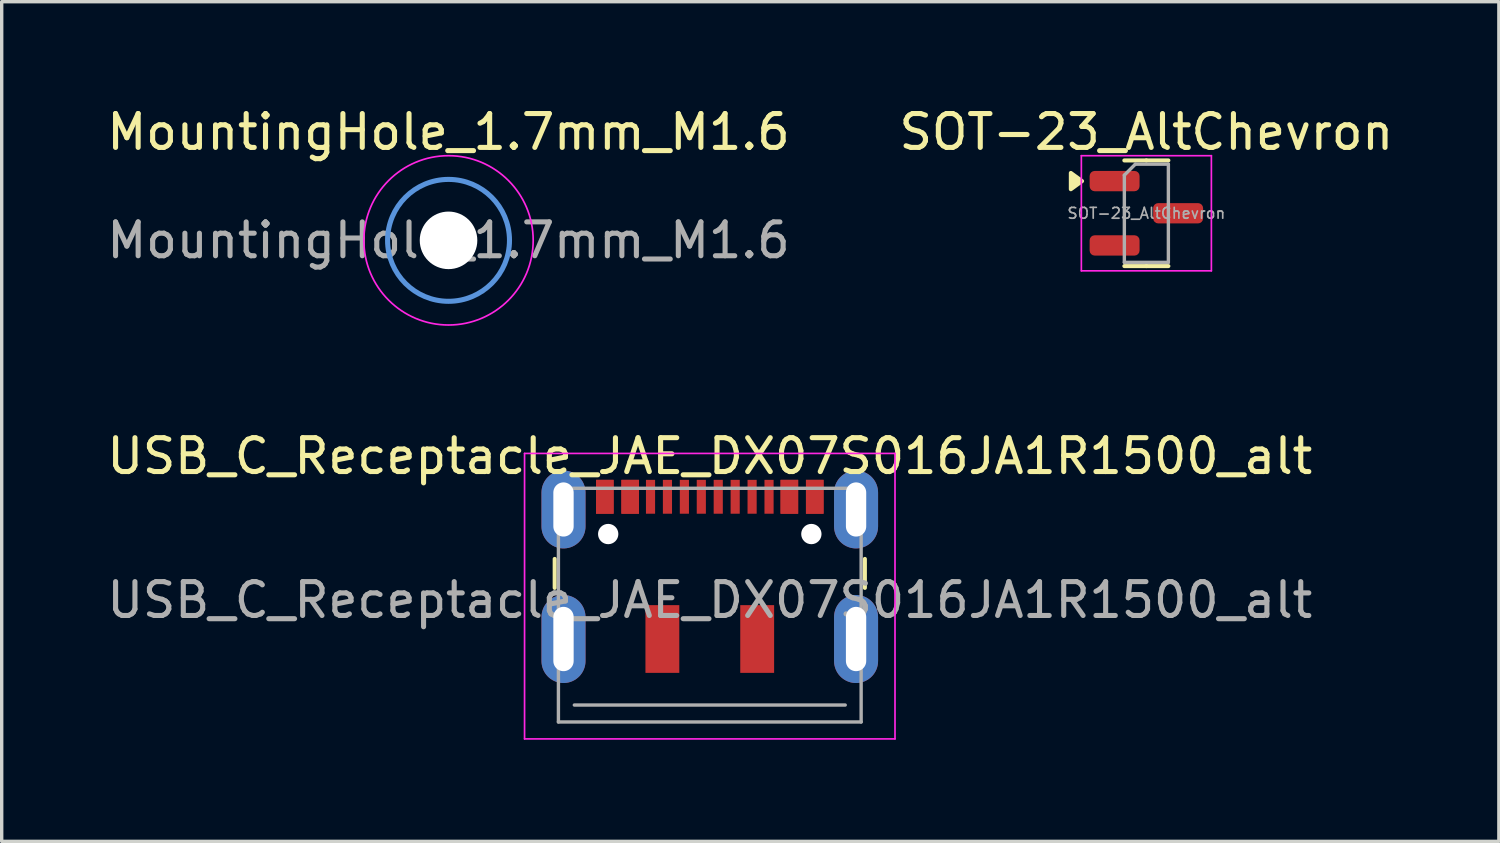
<source format=kicad_pcb>
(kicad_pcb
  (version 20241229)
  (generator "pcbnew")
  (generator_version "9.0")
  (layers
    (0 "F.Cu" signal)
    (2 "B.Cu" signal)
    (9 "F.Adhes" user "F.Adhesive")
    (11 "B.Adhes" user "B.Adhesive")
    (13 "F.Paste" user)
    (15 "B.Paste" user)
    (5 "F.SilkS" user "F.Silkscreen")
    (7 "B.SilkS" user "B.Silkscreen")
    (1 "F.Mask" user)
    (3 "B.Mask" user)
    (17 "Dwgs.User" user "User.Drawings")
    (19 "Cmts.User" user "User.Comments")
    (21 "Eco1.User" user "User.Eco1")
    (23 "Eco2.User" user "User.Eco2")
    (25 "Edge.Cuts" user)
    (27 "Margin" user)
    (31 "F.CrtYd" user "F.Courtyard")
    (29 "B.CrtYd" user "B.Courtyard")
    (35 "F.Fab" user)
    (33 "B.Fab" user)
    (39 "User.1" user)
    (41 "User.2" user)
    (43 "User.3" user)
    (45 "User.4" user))
  (footprint "USB_C_Receptacle_JAE_DX07S016JA1R1500_alt"
    (layer "F.Cu")
    (at 17.911 14.671)
    (property "Reference" "USB_C_Receptacle_JAE_DX07S016JA1R1500_alt" (at 0 -4.25 0) (layer "F.SilkS") (effects (font (size 1 1) (thickness 0.15))))
    (attr smd)
    (fp_line (start -4.58 -1.215) (end -4.58 -0.36) (stroke (width 0.12) (type solid)) (layer "F.SilkS"))
    (fp_line (start 4.58 -1.215) (end 4.58 -0.36) (stroke (width 0.12) (type solid)) (layer "F.SilkS"))
    (fp_line (start -5.47 -4.33) (end -5.47 4.1) (stroke (width 0.05) (type solid)) (layer "F.CrtYd"))
    (fp_line (start -5.47 -4.33) (end 5.47 -4.33) (stroke (width 0.05) (type solid)) (layer "F.CrtYd"))
    (fp_line (start -5.47 4.1) (end 5.47 4.1) (stroke (width 0.05) (type solid)) (layer "F.CrtYd"))
    (fp_line (start 5.47 -4.33) (end 5.47 4.1) (stroke (width 0.05) (type solid)) (layer "F.CrtYd"))
    (fp_line (start -4.47 -3.3) (end -4.47 3.6) (stroke (width 0.1) (type solid)) (layer "F.Fab"))
    (fp_line (start -4.47 -3.3) (end 4.47 -3.3) (stroke (width 0.1) (type solid)) (layer "F.Fab"))
    (fp_line (start -4.47 3.6) (end 4.47 3.6) (stroke (width 0.1) (type solid)) (layer "F.Fab"))
    (fp_line (start 4 3.1) (end -4 3.1) (stroke (width 0.1) (type default)) (layer "F.Fab"))
    (fp_line (start 4.47 -3.3) (end 4.47 3.6) (stroke (width 0.1) (type solid)) (layer "F.Fab"))
    (fp_text user "${REFERENCE}" (at 0 0 0) (layer "F.Fab") (effects (font (size 1 1) (thickness 0.15))))
    (pad "" np_thru_hole circle (at -3 -1.95) (size 0.6 0.6) (drill 0.6) (layers "*.Cu" "*.Mask"))
    (pad "" np_thru_hole circle (at 3 -1.95) (size 0.6 0.6) (drill 0.6) (layers "*.Cu" "*.Mask"))
    (pad "A1" smd rect (at -3.1 -3.05) (size 0.52 1) (layers "F.Cu" "F.Mask" "F.Paste"))
    (pad "A4" smd rect (at -2.35 -3.05) (size 0.52 1) (layers "F.Cu" "F.Mask" "F.Paste"))
    (pad "A5" smd rect (at -1.75 -3.05) (size 0.27 1) (layers "F.Cu" "F.Mask" "F.Paste"))
    (pad "A6" smd rect (at -0.25 -3.05) (size 0.27 1) (layers "F.Cu" "F.Mask" "F.Paste"))
    (pad "A7" smd rect (at 0.75 -3.05) (size 0.27 1) (layers "F.Cu" "F.Mask" "F.Paste"))
    (pad "A8" smd rect (at 1.75 -3.05) (size 0.27 1) (layers "F.Cu" "F.Mask" "F.Paste"))
    (pad "A9" smd rect (at 2.35 -3.05) (size 0.52 1) (layers "F.Cu" "F.Mask" "F.Paste"))
    (pad "A12" smd rect (at 3.1 -3.05) (size 0.52 1) (layers "F.Cu" "F.Mask" "F.Paste"))
    (pad "B1" smd rect (at 3.1 -3.05) (size 0.52 1) (layers "F.Cu" "F.Mask" "F.Paste"))
    (pad "B4" smd rect (at 2.35 -3.05) (size 0.52 1) (layers "F.Cu" "F.Mask" "F.Paste"))
    (pad "B5" smd rect (at 1.25 -3.05) (size 0.27 1) (layers "F.Cu" "F.Mask" "F.Paste"))
    (pad "B6" smd rect (at 0.25 -3.05) (size 0.27 1) (layers "F.Cu" "F.Mask" "F.Paste"))
    (pad "B7" smd rect (at -0.75 -3.05) (size 0.27 1) (layers "F.Cu" "F.Mask" "F.Paste"))
    (pad "B8" smd rect (at -1.25 -3.05) (size 0.27 1) (layers "F.Cu" "F.Mask" "F.Paste"))
    (pad "B9" smd rect (at -2.35 -3.05) (size 0.52 1) (layers "F.Cu" "F.Mask" "F.Paste"))
    (pad "B12" smd rect (at -3.1 -3.05) (size 0.52 1) (layers "F.Cu" "F.Mask" "F.Paste"))
    (pad "S1" thru_hole oval (at -4.32 -2.675) (size 1.3 2.3) (drill oval 0.6 1.6) (layers "*.Cu" "*.Mask"))
    (pad "S1" thru_hole oval (at -4.32 1.15) (size 1.3 2.6) (drill oval 0.6 1.9) (layers "*.Cu" "*.Mask"))
    (pad "S1" smd rect (at -1.4 1.15) (size 1 2) (layers "F.Cu" "F.Mask" "F.Paste"))
    (pad "S1" smd rect (at 1.4 1.15) (size 1 2) (layers "F.Cu" "F.Mask" "F.Paste"))
    (pad "S1" thru_hole oval (at 4.32 -2.675) (size 1.3 2.3) (drill oval 0.6 1.6) (layers "*.Cu" "*.Mask"))
    (pad "S1" thru_hole oval (at 4.32 1.15) (size 1.3 2.6) (drill oval 0.6 1.9) (layers "*.Cu" "*.Mask")))
  (footprint "MountingHole_1.7mm_M1.6"
    (layer "F.Cu")
    (at 10.196 4.048)
    (property "Reference" "MountingHole_1.7mm_M1.6" (at 0 -3.2 0) (layer "F.SilkS") (effects (font (size 1 1) (thickness 0.15))))
    (attr exclude_from_pos_files exclude_from_bom)
    (fp_circle (center 0 0) (end 1.8 0) (stroke (width 0.15) (type solid)) (fill no) (layer "Cmts.User"))
    (fp_circle (center 0 0) (end 2.5 0) (stroke (width 0.05) (type solid)) (fill no) (layer "F.CrtYd"))
    (fp_text user "${REFERENCE}" (at 0 0 0) (layer "F.Fab") (effects (font (size 1 1) (thickness 0.15))))
    (pad "" np_thru_hole circle (at 0 0) (size 1.7 1.7) (drill 1.7) (layers "*.Cu" "*.Paste" "*.Mask")))
  (footprint "SOT-23_AltChevron"
    (layer "F.Cu")
    (at 30.804 3.248)
    (property "Reference" "SOT-23_AltChevron" (at 0 -2.4 0) (layer "F.SilkS") (effects (font (size 1 1) (thickness 0.15))))
    (attr smd)
    (fp_line (start 0 -1.56) (end -0.65 -1.56) (stroke (width 0.12) (type solid)) (layer "F.SilkS"))
    (fp_line (start 0 -1.56) (end 0.65 -1.56) (stroke (width 0.12) (type solid)) (layer "F.SilkS"))
    (fp_line (start 0 1.56) (end -0.65 1.56) (stroke (width 0.12) (type solid)) (layer "F.SilkS"))
    (fp_line (start 0 1.56) (end 0.65 1.56) (stroke (width 0.12) (type solid)) (layer "F.SilkS"))
    (fp_poly (pts (xy -1.9 -0.95) (xy -2.23 -0.71) (xy -2.23 -1.19) (xy -1.9 -0.95)) (stroke (width 0.12) (type solid)) (fill yes) (layer "F.SilkS"))
    (fp_line (start -1.92 -1.7) (end -1.92 1.7) (stroke (width 0.05) (type solid)) (layer "F.CrtYd"))
    (fp_line (start -1.92 1.7) (end 1.92 1.7) (stroke (width 0.05) (type solid)) (layer "F.CrtYd"))
    (fp_line (start 1.92 -1.7) (end -1.92 -1.7) (stroke (width 0.05) (type solid)) (layer "F.CrtYd"))
    (fp_line (start 1.92 1.7) (end 1.92 -1.7) (stroke (width 0.05) (type solid)) (layer "F.CrtYd"))
    (fp_line (start -0.65 -1.125) (end -0.325 -1.45) (stroke (width 0.1) (type solid)) (layer "F.Fab"))
    (fp_line (start -0.65 1.45) (end -0.65 -1.125) (stroke (width 0.1) (type solid)) (layer "F.Fab"))
    (fp_line (start -0.325 -1.45) (end 0.65 -1.45) (stroke (width 0.1) (type solid)) (layer "F.Fab"))
    (fp_line (start 0.65 -1.45) (end 0.65 1.45) (stroke (width 0.1) (type solid)) (layer "F.Fab"))
    (fp_line (start 0.65 1.45) (end -0.65 1.45) (stroke (width 0.1) (type solid)) (layer "F.Fab"))
    (fp_text user "${REFERENCE}" (at 0 0 0) (layer "F.Fab") (effects (font (size 0.32 0.32) (thickness 0.05))))
    (pad "1" smd roundrect (at -0.938 -0.95) (size 1.475 0.6) (layers "F.Cu" "F.Mask" "F.Paste") (roundrect_rratio 0.25))
    (pad "2" smd roundrect (at -0.938 0.95) (size 1.475 0.6) (layers "F.Cu" "F.Mask" "F.Paste") (roundrect_rratio 0.25))
    (pad "3" smd roundrect (at 0.938 0) (size 1.475 0.6) (layers "F.Cu" "F.Mask" "F.Paste") (roundrect_rratio 0.25)))
  (gr_rect
    (start -3 -3)
    (end 41.214 21.797)
    (stroke (width 0.1) (type default))
    (fill no)
    (layer "Edge.Cuts")))
</source>
